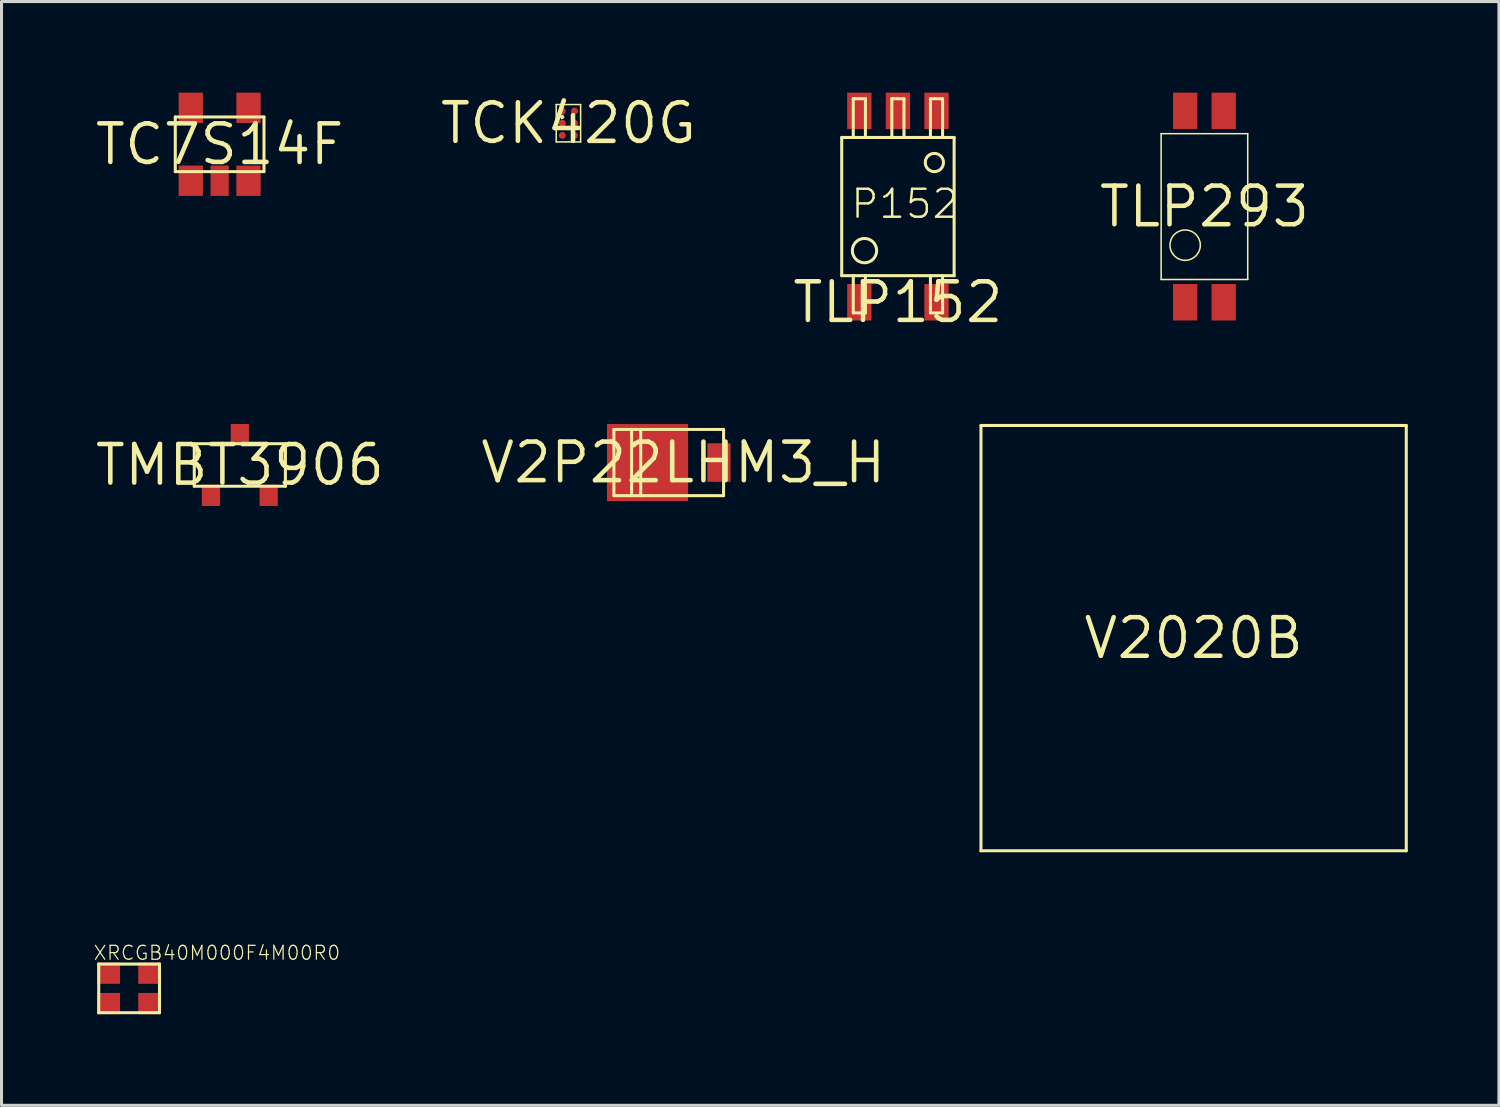
<source format=kicad_pcb>
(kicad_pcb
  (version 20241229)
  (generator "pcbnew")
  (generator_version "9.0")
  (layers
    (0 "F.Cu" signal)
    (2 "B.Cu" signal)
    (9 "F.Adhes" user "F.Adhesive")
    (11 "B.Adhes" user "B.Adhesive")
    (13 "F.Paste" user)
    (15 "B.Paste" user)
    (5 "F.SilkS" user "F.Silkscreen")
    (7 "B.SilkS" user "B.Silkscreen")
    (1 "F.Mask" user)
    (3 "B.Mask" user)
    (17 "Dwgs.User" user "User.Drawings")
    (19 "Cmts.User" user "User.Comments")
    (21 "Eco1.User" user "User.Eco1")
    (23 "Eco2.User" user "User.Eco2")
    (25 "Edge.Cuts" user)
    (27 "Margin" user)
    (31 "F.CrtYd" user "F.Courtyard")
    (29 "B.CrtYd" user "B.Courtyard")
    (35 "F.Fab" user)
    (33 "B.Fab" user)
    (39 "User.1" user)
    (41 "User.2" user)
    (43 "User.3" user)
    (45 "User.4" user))
  (footprint "XRCGB40M000F4M00R0"
    (layer "F.Cu")
    (at 1.2 29.486)
    (property "Reference" "XRCGB40M000F4M00R0" (at -1.2 -0.9 0) (layer "F.SilkS") (effects (font (size 0.46 0.46) (thickness 0.04)) (justify left bottom)))
    (fp_line (start -1 -0.8) (end -1 0.8) (stroke (width 0.1) (type solid)) (layer "F.SilkS"))
    (fp_line (start -1 0.8) (end 1 0.8) (stroke (width 0.1) (type solid)) (layer "F.SilkS"))
    (fp_line (start 1 -0.8) (end -1 -0.8) (stroke (width 0.1) (type solid)) (layer "F.SilkS"))
    (fp_line (start 1 0.8) (end 1 -0.8) (stroke (width 0.1) (type solid)) (layer "F.SilkS"))
    (pad "1" smd rect (at -0.675 0.5) (size 0.75 0.7) (layers "F.Cu" "F.Mask" "F.Paste"))
    (pad "2" smd rect (at 0.675 -0.5) (size 0.75 0.7) (layers "F.Cu" "F.Mask" "F.Paste"))
    (pad "NC1" smd rect (at -0.675 -0.5) (size 0.75 0.7) (layers "F.Cu" "F.Mask" "F.Paste"))
    (pad "NC2" smd rect (at 0.675 0.5) (size 0.75 0.7) (layers "F.Cu" "F.Mask" "F.Paste")))
  (footprint "TLP293"
    (layer "F.Cu")
    (at 36.598 3.75)
    (property "Reference" "TLP293" (at 0 0 0) (layer "F.SilkS") (effects (font (size 1.27 1.27) (thickness 0.15))))
    (fp_line (start -1.425 -2.4) (end -1.425 2.4) (stroke (width 0.05) (type solid)) (layer "F.SilkS"))
    (fp_line (start -1.425 2.4) (end 1.425 2.4) (stroke (width 0.05) (type solid)) (layer "F.SilkS"))
    (fp_line (start 1.425 -2.4) (end -1.425 -2.4) (stroke (width 0.05) (type solid)) (layer "F.SilkS"))
    (fp_line (start 1.425 2.4) (end 1.425 -2.4) (stroke (width 0.05) (type solid)) (layer "F.SilkS"))
    (fp_circle (center -0.635 1.27) (end -0.135 1.27) (stroke (width 0.05) (type solid)) (fill no) (layer "F.SilkS"))
    (pad "ANODE" smd rect (at -0.635 3.15) (size 0.8 1.2) (layers "F.Cu" "F.Mask" "F.Paste"))
    (pad "CATHODE" smd rect (at 0.635 3.15) (size 0.8 1.2) (layers "F.Cu" "F.Mask" "F.Paste"))
    (pad "COLLECTOR" smd rect (at -0.635 -3.15) (size 0.8 1.2) (layers "F.Cu" "F.Mask" "F.Paste"))
    (pad "EMITTER" smd rect (at 0.635 -3.15) (size 0.8 1.2) (layers "F.Cu" "F.Mask" "F.Paste")))
  (footprint "TLP152"
    (layer "F.Cu")
    (at 26.508 6.9)
    (property "Reference" "TLP152" (at 0 0 0) (layer "F.SilkS") (effects (font (size 1.27 1.27) (thickness 0.15))))
    (fp_line (start -1.85 -5.425) (end -1.85 -0.875) (stroke (width 0.1) (type solid)) (layer "F.SilkS"))
    (fp_line (start -1.85 -0.875) (end -1.47 -0.875) (stroke (width 0.1) (type solid)) (layer "F.SilkS"))
    (fp_line (start -1.47 -6.7) (end -1.47 -5.475) (stroke (width 0.1) (type solid)) (layer "F.SilkS"))
    (fp_line (start -1.47 -0.875) (end -1.47 0.35) (stroke (width 0.1) (type solid)) (layer "F.SilkS"))
    (fp_line (start -1.47 -0.875) (end -1.07 -0.875) (stroke (width 0.1) (type solid)) (layer "F.SilkS"))
    (fp_line (start -1.47 0.35) (end -1.07 0.35) (stroke (width 0.1) (type solid)) (layer "F.SilkS"))
    (fp_line (start -1.07 -6.7) (end -1.47 -6.7) (stroke (width 0.1) (type solid)) (layer "F.SilkS"))
    (fp_line (start -1.07 -5.475) (end -1.07 -6.7) (stroke (width 0.1) (type solid)) (layer "F.SilkS"))
    (fp_line (start -1.07 -0.875) (end 1.85 -0.875) (stroke (width 0.1) (type solid)) (layer "F.SilkS"))
    (fp_line (start -1.07 0.35) (end -1.07 -0.875) (stroke (width 0.1) (type solid)) (layer "F.SilkS"))
    (fp_line (start -0.2 -6.7) (end -0.2 -5.475) (stroke (width 0.1) (type solid)) (layer "F.SilkS"))
    (fp_line (start 0.2 -6.7) (end -0.2 -6.7) (stroke (width 0.1) (type solid)) (layer "F.SilkS"))
    (fp_line (start 0.2 -5.475) (end 0.2 -6.7) (stroke (width 0.1) (type solid)) (layer "F.SilkS"))
    (fp_line (start 1.07 -6.7) (end 1.07 -5.475) (stroke (width 0.1) (type solid)) (layer "F.SilkS"))
    (fp_line (start 1.07 -0.875) (end 1.07 0.35) (stroke (width 0.1) (type solid)) (layer "F.SilkS"))
    (fp_line (start 1.07 0.35) (end 1.47 0.35) (stroke (width 0.1) (type solid)) (layer "F.SilkS"))
    (fp_line (start 1.47 -6.7) (end 1.07 -6.7) (stroke (width 0.1) (type solid)) (layer "F.SilkS"))
    (fp_line (start 1.47 -5.475) (end 1.47 -6.7) (stroke (width 0.1) (type solid)) (layer "F.SilkS"))
    (fp_line (start 1.47 0.35) (end 1.47 -0.875) (stroke (width 0.1) (type solid)) (layer "F.SilkS"))
    (fp_line (start 1.85 -5.425) (end -1.85 -5.425) (stroke (width 0.1) (type solid)) (layer "F.SilkS"))
    (fp_line (start 1.85 -0.875) (end 1.85 -5.425) (stroke (width 0.1) (type solid)) (layer "F.SilkS"))
    (fp_circle (center -1.1 -1.7) (end -0.7 -1.7) (stroke (width 0.1) (type solid)) (fill no) (layer "F.SilkS"))
    (fp_circle (center 1.2 -4.6) (end 1.5 -4.6) (stroke (width 0.1) (type solid)) (fill no) (layer "F.SilkS"))
    (fp_text user "P152" (at -1.6 -2.7 0) (layer "F.SilkS") (effects (font (size 0.92 0.92) (thickness 0.08)) (justify left bottom)))
    (pad "ANODE" smd rect (at -1.27 0) (size 0.8 1.2) (layers "F.Cu" "F.Mask" "F.Paste"))
    (pad "CATHODE" smd rect (at 1.27 0) (size 0.8 1.2) (layers "F.Cu" "F.Mask" "F.Paste"))
    (pad "GND" smd rect (at 1.27 -6.3) (size 0.8 1.2) (layers "F.Cu" "F.Mask" "F.Paste"))
    (pad "VCC" smd rect (at -1.27 -6.3) (size 0.8 1.2) (layers "F.Cu" "F.Mask" "F.Paste"))
    (pad "VO" smd rect (at 0 -6.3) (size 0.8 1.2) (layers "F.Cu" "F.Mask" "F.Paste")))
  (footprint "TCK420G"
    (layer "F.Cu")
    (at 15.661 1.006)
    (property "Reference" "TCK420G" (at 0 0 0) (layer "F.SilkS") (effects (font (size 1.27 1.27) (thickness 0.15))))
    (fp_line (start -0.402 -0.615) (end -0.402 0.615) (stroke (width 0.05) (type solid)) (layer "F.SilkS"))
    (fp_line (start -0.402 0.615) (end 0.402 0.615) (stroke (width 0.05) (type solid)) (layer "F.SilkS"))
    (fp_line (start 0.402 -0.615) (end -0.402 -0.615) (stroke (width 0.05) (type solid)) (layer "F.SilkS"))
    (fp_line (start 0.402 0.615) (end 0.402 -0.615) (stroke (width 0.05) (type solid)) (layer "F.SilkS"))
    (fp_poly (pts (xy -0.123 -0.178) (xy -0.232 -0.123) (xy -0.287 -0.232) (xy -0.178 -0.287)) (stroke (width 0) (type default)) (fill yes) (layer "F.SilkS"))
    (pad "GND" smd roundrect (at 0.2 0) (size 0.23 0.23) (layers "F.Cu" "F.Mask" "F.Paste") (roundrect_rratio 0.5))
    (pad "VCT" smd roundrect (at 0.2 0.4) (size 0.23 0.23) (layers "F.Cu" "F.Mask" "F.Paste") (roundrect_rratio 0.5))
    (pad "VGATE1" smd roundrect (at -0.2 -0.4) (size 0.23 0.23) (layers "F.Cu" "F.Mask" "F.Paste") (roundrect_rratio 0.5))
    (pad "VGATE2" smd roundrect (at -0.2 0) (size 0.23 0.23) (layers "F.Cu" "F.Mask" "F.Paste") (roundrect_rratio 0.5))
    (pad "VIN" smd roundrect (at 0.2 -0.4) (size 0.23 0.23) (layers "F.Cu" "F.Mask" "F.Paste") (roundrect_rratio 0.5))
    (pad "VOUT" smd roundrect (at -0.2 0.4) (size 0.23 0.23) (layers "F.Cu" "F.Mask" "F.Paste") (roundrect_rratio 0.5)))
  (footprint "TMBT3906"
    (layer "F.Cu")
    (at 4.845 12.256)
    (property "Reference" "TMBT3906" (at 0 0 0) (layer "F.SilkS") (effects (font (size 1.27 1.27) (thickness 0.15))))
    (fp_line (start -1.5 -0.7) (end -1.5 0.7) (stroke (width 0.1) (type solid)) (layer "F.SilkS"))
    (fp_line (start -1.5 0.7) (end 1.5 0.7) (stroke (width 0.1) (type solid)) (layer "F.SilkS"))
    (fp_line (start 1.5 -0.7) (end -1.5 -0.7) (stroke (width 0.1) (type solid)) (layer "F.SilkS"))
    (fp_line (start 1.5 0.7) (end 1.5 -0.7) (stroke (width 0.1) (type solid)) (layer "F.SilkS"))
    (pad "B" smd rect (at -0.95 1) (size 0.6 0.7) (layers "F.Cu" "F.Mask" "F.Paste"))
    (pad "C" smd rect (at 0 -1) (size 0.6 0.7) (layers "F.Cu" "F.Mask" "F.Paste"))
    (pad "E" smd rect (at 0.95 1) (size 0.6 0.7) (layers "F.Cu" "F.Mask" "F.Paste")))
  (footprint "V2P22LHM3_H"
    (layer "F.Cu")
    (at 19.441 12.176)
    (property "Reference" "V2P22LHM3_H" (at 0 0 0) (layer "F.SilkS") (effects (font (size 1.27 1.27) (thickness 0.15))))
    (fp_line (start -2.282 -1.09) (end -2.282 1.09) (stroke (width 0.1) (type solid)) (layer "F.SilkS"))
    (fp_line (start -2.282 1.09) (end -1.7 1.09) (stroke (width 0.1) (type solid)) (layer "F.SilkS"))
    (fp_line (start -1.7 -1.09) (end -2.282 -1.09) (stroke (width 0.1) (type solid)) (layer "F.SilkS"))
    (fp_line (start -1.7 1.09) (end -1.7 -1.09) (stroke (width 0.1) (type solid)) (layer "F.SilkS"))
    (fp_line (start -1.7 1.09) (end -1.4 1.09) (stroke (width 0.1) (type solid)) (layer "F.SilkS"))
    (fp_line (start -1.4 -1.09) (end -1.7 -1.09) (stroke (width 0.1) (type solid)) (layer "F.SilkS"))
    (fp_line (start -1.4 1.09) (end -1.4 -1.09) (stroke (width 0.1) (type solid)) (layer "F.SilkS"))
    (fp_line (start -1.4 1.09) (end 1.328 1.09) (stroke (width 0.1) (type solid)) (layer "F.SilkS"))
    (fp_line (start 1.328 -1.09) (end -1.4 -1.09) (stroke (width 0.1) (type solid)) (layer "F.SilkS"))
    (fp_line (start 1.328 1.09) (end 1.328 -1.09) (stroke (width 0.1) (type solid)) (layer "F.SilkS"))
    (pad "A" smd rect (at 1.175 0) (size 0.762 1.27) (layers "F.Cu" "F.Mask" "F.Paste"))
    (pad "C" smd rect (at -1.175 0) (size 2.67 2.54) (layers "F.Cu" "F.Mask" "F.Paste")))
  (footprint "V2020B"
    (layer "F.Cu")
    (at 36.242 17.956)
    (property "Reference" "V2020B" (at 0 0 0) (layer "F.SilkS") (effects (font (size 1.27 1.27) (thickness 0.15))))
    (fp_line (start -7 -7) (end -7 7) (stroke (width 0.1) (type solid)) (layer "F.SilkS"))
    (fp_line (start -7 7) (end 7 7) (stroke (width 0.1) (type solid)) (layer "F.SilkS"))
    (fp_line (start 7 -7) (end -7 -7) (stroke (width 0.1) (type solid)) (layer "F.SilkS"))
    (fp_line (start 7 7) (end 7 -7) (stroke (width 0.1) (type solid)) (layer "F.SilkS")))
  (footprint "TC7S14F"
    (layer "F.Cu")
    (at 4.18 1.7)
    (property "Reference" "TC7S14F" (at 0 0 0) (layer "F.SilkS") (effects (font (size 1.27 1.27) (thickness 0.15))))
    (fp_line (start -1.46 -0.9) (end 1.46 -0.9) (stroke (width 0.1) (type solid)) (layer "F.SilkS"))
    (fp_line (start -1.46 0.9) (end -1.46 -0.9) (stroke (width 0.1) (type solid)) (layer "F.SilkS"))
    (fp_line (start 1.46 -0.9) (end 1.46 0.9) (stroke (width 0.1) (type solid)) (layer "F.SilkS"))
    (fp_line (start 1.46 0.9) (end -1.46 0.9) (stroke (width 0.1) (type solid)) (layer "F.SilkS"))
    (pad "GND" smd rect (at 0.95 1.2) (size 0.8 1) (layers "F.Cu" "F.Mask" "F.Paste"))
    (pad "IN" smd rect (at 0 1.2) (size 0.6 1) (layers "F.Cu" "F.Mask" "F.Paste"))
    (pad "NC" smd rect (at -0.95 1.2) (size 0.8 1) (layers "F.Cu" "F.Mask" "F.Paste"))
    (pad "OUT" smd rect (at 0.95 -1.2) (size 0.8 1) (layers "F.Cu" "F.Mask" "F.Paste"))
    (pad "VCC" smd rect (at -0.95 -1.2) (size 0.8 1) (layers "F.Cu" "F.Mask" "F.Paste")))
  (gr_rect
    (start -3 -3)
    (end 46.292 33.336)
    (stroke (width 0.1) (type default))
    (fill no)
    (layer "Edge.Cuts")))
</source>
